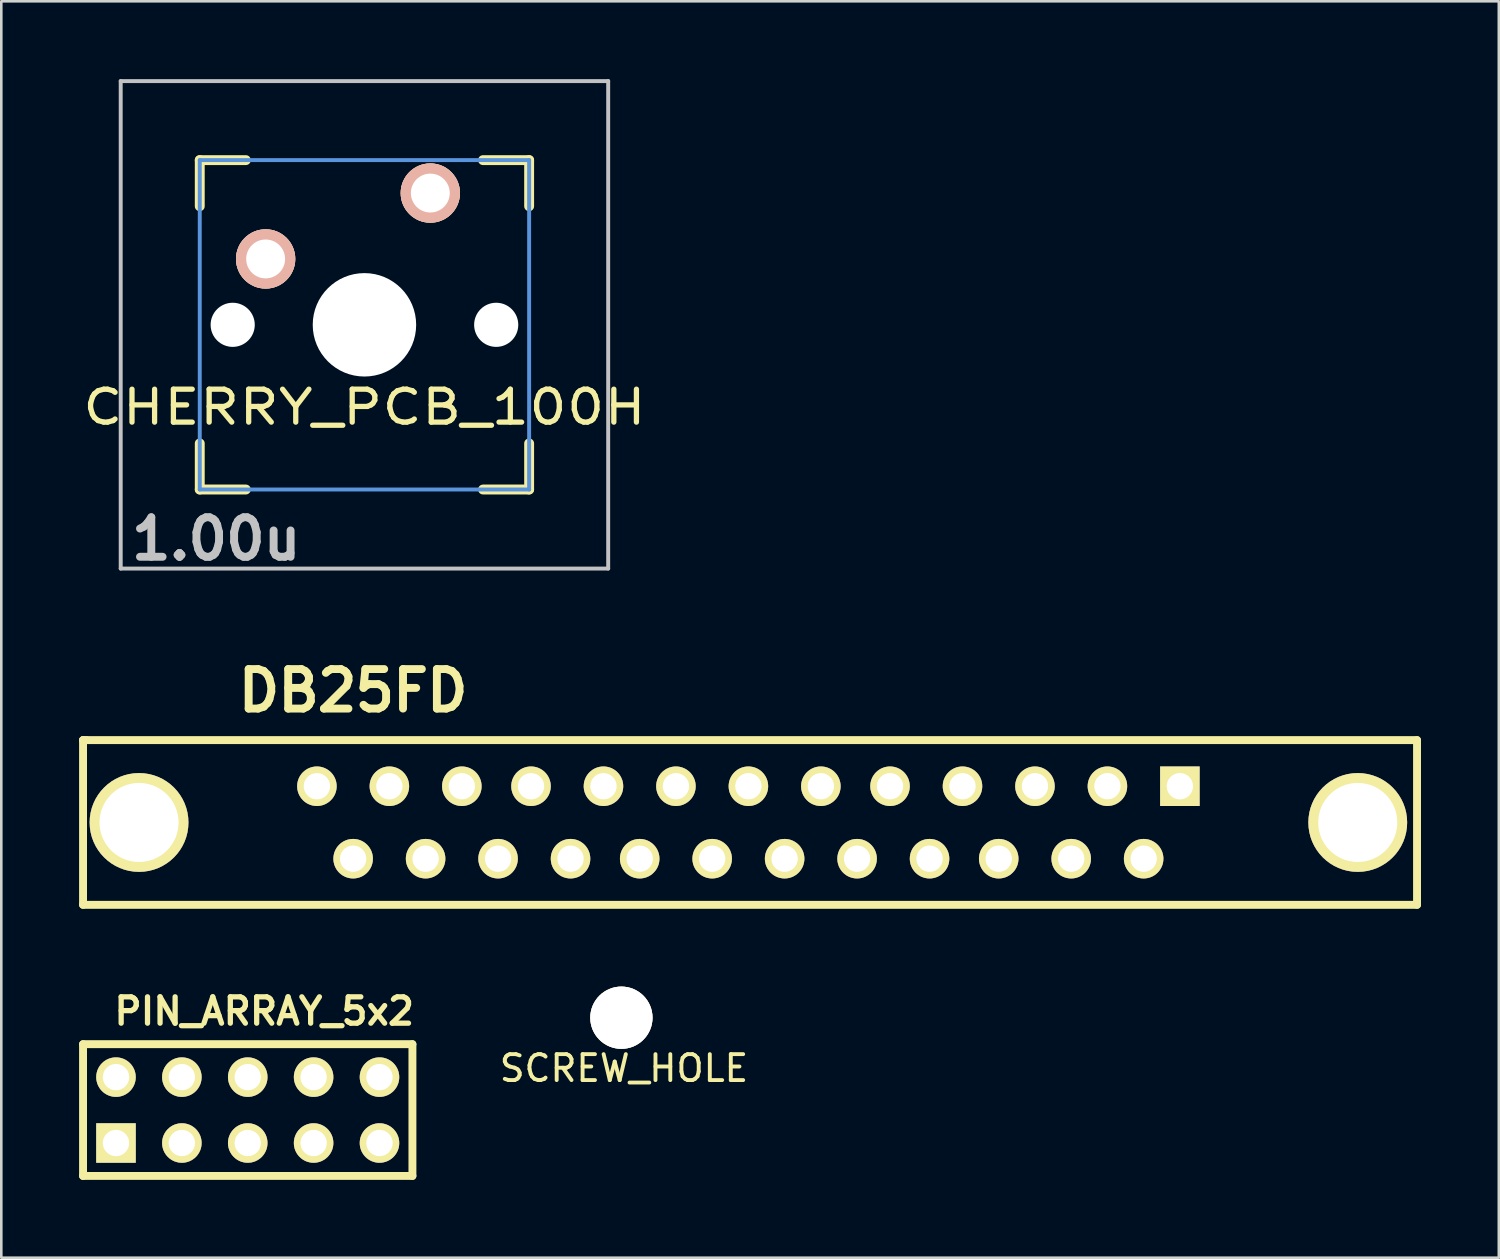
<source format=kicad_pcb>
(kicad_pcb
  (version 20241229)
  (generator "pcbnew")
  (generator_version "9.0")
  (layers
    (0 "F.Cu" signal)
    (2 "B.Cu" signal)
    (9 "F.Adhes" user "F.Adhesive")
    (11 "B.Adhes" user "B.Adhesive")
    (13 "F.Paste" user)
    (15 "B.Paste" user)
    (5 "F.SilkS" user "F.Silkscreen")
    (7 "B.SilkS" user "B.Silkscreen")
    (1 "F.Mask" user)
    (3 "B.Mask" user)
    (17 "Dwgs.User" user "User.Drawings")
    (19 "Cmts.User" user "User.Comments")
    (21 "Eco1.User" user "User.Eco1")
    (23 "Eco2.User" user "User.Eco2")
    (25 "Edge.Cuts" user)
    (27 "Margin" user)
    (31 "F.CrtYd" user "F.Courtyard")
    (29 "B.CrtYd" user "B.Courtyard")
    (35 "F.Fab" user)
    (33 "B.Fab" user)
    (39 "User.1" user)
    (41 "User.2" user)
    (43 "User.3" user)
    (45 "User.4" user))
  (footprint "PIN_ARRAY_5x2"
    (layer "F.Cu")
    (at 6.502 39.751)
    (property "Reference" "PIN_ARRAY_5x2" (at 0.635 -3.81 0) (layer "F.SilkS") (effects (font (size 1.016 1.016) (thickness 0.203))))
    (attr through_hole)
    (fp_line (start -6.35 -2.54) (end 6.35 -2.54) (stroke (width 0.305) (type solid)) (layer "F.SilkS"))
    (fp_line (start -6.35 2.54) (end -6.35 -2.54) (stroke (width 0.305) (type solid)) (layer "F.SilkS"))
    (fp_line (start 6.35 -2.54) (end 6.35 2.54) (stroke (width 0.305) (type solid)) (layer "F.SilkS"))
    (fp_line (start 6.35 2.54) (end -6.35 2.54) (stroke (width 0.305) (type solid)) (layer "F.SilkS"))
    (pad "1" thru_hole circle (at -5.08 -1.27) (size 1.524 1.524) (drill 1.016) (layers "*.Cu" "*.Mask" "F.SilkS"))
    (pad "2" thru_hole rect (at -5.08 1.27) (size 1.524 1.524) (drill 1.016) (layers "*.Cu" "*.Mask" "F.SilkS"))
    (pad "3" thru_hole circle (at -2.54 -1.27) (size 1.524 1.524) (drill 1.016) (layers "*.Cu" "*.Mask" "F.SilkS"))
    (pad "4" thru_hole circle (at -2.54 1.27) (size 1.524 1.524) (drill 1.016) (layers "*.Cu" "*.Mask" "F.SilkS"))
    (pad "5" thru_hole circle (at 0 -1.27) (size 1.524 1.524) (drill 1.016) (layers "*.Cu" "*.Mask" "F.SilkS"))
    (pad "6" thru_hole circle (at 0 1.27) (size 1.524 1.524) (drill 1.016) (layers "*.Cu" "*.Mask" "F.SilkS"))
    (pad "7" thru_hole circle (at 2.54 -1.27) (size 1.524 1.524) (drill 1.016) (layers "*.Cu" "*.Mask" "F.SilkS"))
    (pad "8" thru_hole circle (at 2.54 1.27) (size 1.524 1.524) (drill 1.016) (layers "*.Cu" "*.Mask" "F.SilkS"))
    (pad "9" thru_hole circle (at 5.08 -1.27) (size 1.524 1.524) (drill 1.016) (layers "*.Cu" "*.Mask" "F.SilkS"))
    (pad "10" thru_hole circle (at 5.08 1.27) (size 1.524 1.524) (drill 1.016) (layers "*.Cu" "*.Mask" "F.SilkS")))
  (footprint "DB25FD"
    (layer "F.Cu")
    (at 25.806 28.662)
    (property "Reference" "DB25FD" (at -15.24 -5.08 180) (layer "F.SilkS") (effects (font (size 1.524 1.524) (thickness 0.305))))
    (attr through_hole)
    (fp_line (start -25.654 -3.175) (end -25.654 -3.175) (stroke (width 0.305) (type solid)) (layer "F.SilkS"))
    (fp_line (start -25.654 -3.175) (end -25.654 3.175) (stroke (width 0.305) (type solid)) (layer "F.SilkS"))
    (fp_line (start -25.654 3.175) (end 25.781 3.175) (stroke (width 0.305) (type solid)) (layer "F.SilkS"))
    (fp_line (start -25.527 -3.175) (end -25.654 -3.175) (stroke (width 0.305) (type solid)) (layer "F.SilkS"))
    (fp_line (start 25.781 -3.175) (end -25.527 -3.175) (stroke (width 0.305) (type solid)) (layer "F.SilkS"))
    (fp_line (start 25.781 3.175) (end 25.781 -3.175) (stroke (width 0.305) (type solid)) (layer "F.SilkS"))
    (pad "0" thru_hole circle (at -23.495 0) (size 3.81 3.81) (drill 3.048) (layers "*.Cu" "*.Mask" "F.SilkS"))
    (pad "0" thru_hole circle (at 23.495 0) (size 3.81 3.81) (drill 3.048) (layers "*.Cu" "*.Mask" "F.SilkS"))
    (pad "1" thru_hole rect (at 16.637 -1.397) (size 1.524 1.524) (drill 1.016) (layers "*.Cu" "*.Mask" "F.SilkS"))
    (pad "2" thru_hole circle (at 13.843 -1.397) (size 1.524 1.524) (drill 1.016) (layers "*.Cu" "*.Mask" "F.SilkS"))
    (pad "3" thru_hole circle (at 11.049 -1.397) (size 1.524 1.524) (drill 1.016) (layers "*.Cu" "*.Mask" "F.SilkS"))
    (pad "4" thru_hole circle (at 8.255 -1.397) (size 1.524 1.524) (drill 1.016) (layers "*.Cu" "*.Mask" "F.SilkS"))
    (pad "5" thru_hole circle (at 5.461 -1.397) (size 1.524 1.524) (drill 1.016) (layers "*.Cu" "*.Mask" "F.SilkS"))
    (pad "6" thru_hole circle (at 2.794 -1.397) (size 1.524 1.524) (drill 1.016) (layers "*.Cu" "*.Mask" "F.SilkS"))
    (pad "7" thru_hole circle (at 0 -1.397) (size 1.524 1.524) (drill 1.016) (layers "*.Cu" "*.Mask" "F.SilkS"))
    (pad "8" thru_hole circle (at -2.794 -1.397) (size 1.524 1.524) (drill 1.016) (layers "*.Cu" "*.Mask" "F.SilkS"))
    (pad "9" thru_hole circle (at -5.588 -1.397) (size 1.524 1.524) (drill 1.016) (layers "*.Cu" "*.Mask" "F.SilkS"))
    (pad "10" thru_hole circle (at -8.382 -1.397) (size 1.524 1.524) (drill 1.016) (layers "*.Cu" "*.Mask" "F.SilkS"))
    (pad "11" thru_hole circle (at -11.049 -1.397) (size 1.524 1.524) (drill 1.016) (layers "*.Cu" "*.Mask" "F.SilkS"))
    (pad "12" thru_hole circle (at -13.843 -1.397) (size 1.524 1.524) (drill 1.016) (layers "*.Cu" "*.Mask" "F.SilkS"))
    (pad "13" thru_hole circle (at -16.637 -1.397) (size 1.524 1.524) (drill 1.016) (layers "*.Cu" "*.Mask" "F.SilkS"))
    (pad "14" thru_hole circle (at 15.24 1.397) (size 1.524 1.524) (drill 1.016) (layers "*.Cu" "*.Mask" "F.SilkS"))
    (pad "15" thru_hole circle (at 12.446 1.397) (size 1.524 1.524) (drill 1.016) (layers "*.Cu" "*.Mask" "F.SilkS"))
    (pad "16" thru_hole circle (at 9.652 1.397) (size 1.524 1.524) (drill 1.016) (layers "*.Cu" "*.Mask" "F.SilkS"))
    (pad "17" thru_hole circle (at 6.985 1.397) (size 1.524 1.524) (drill 1.016) (layers "*.Cu" "*.Mask" "F.SilkS"))
    (pad "18" thru_hole circle (at 4.191 1.397) (size 1.524 1.524) (drill 1.016) (layers "*.Cu" "*.Mask" "F.SilkS"))
    (pad "19" thru_hole circle (at 1.397 1.397) (size 1.524 1.524) (drill 1.016) (layers "*.Cu" "*.Mask" "F.SilkS"))
    (pad "20" thru_hole circle (at -1.397 1.397) (size 1.524 1.524) (drill 1.016) (layers "*.Cu" "*.Mask" "F.SilkS"))
    (pad "21" thru_hole circle (at -4.191 1.397) (size 1.524 1.524) (drill 1.016) (layers "*.Cu" "*.Mask" "F.SilkS"))
    (pad "22" thru_hole circle (at -6.858 1.397) (size 1.524 1.524) (drill 1.016) (layers "*.Cu" "*.Mask" "F.SilkS"))
    (pad "23" thru_hole circle (at -9.652 1.397) (size 1.524 1.524) (drill 1.016) (layers "*.Cu" "*.Mask" "F.SilkS"))
    (pad "24" thru_hole circle (at -12.446 1.397) (size 1.524 1.524) (drill 1.016) (layers "*.Cu" "*.Mask" "F.SilkS"))
    (pad "25" thru_hole circle (at -15.24 1.397) (size 1.524 1.524) (drill 1.016) (layers "*.Cu" "*.Mask" "F.SilkS")))
  (footprint "SCREW_HOLE"
    (layer "F.Cu")
    (at 20.909 36.19)
    (property "Reference" "SCREW_HOLE" (at 0.1 1.95 0) (layer "F.SilkS") (effects (font (size 1 1) (thickness 0.15))))
    (attr through_hole)
    (pad "HOLE" thru_hole circle (at 0 0) (size 2.4 2.4) (drill 2.4) (layers "*.Cu" "*.Mask" "F.SilkS")))
  (footprint "CHERRY_PCB_100H"
    (layer "F.Cu")
    (at 11.002 9.474)
    (property "Reference" "CHERRY_PCB_100H" (at 0 3.175 0) (layer "F.SilkS") (effects (font (size 1.27 1.524) (thickness 0.203))))
    (attr through_hole)
    (fp_line (start -6.35 -6.35) (end -4.572 -6.35) (stroke (width 0.381) (type solid)) (layer "F.SilkS"))
    (fp_line (start -6.35 -4.572) (end -6.35 -6.35) (stroke (width 0.381) (type solid)) (layer "F.SilkS"))
    (fp_line (start -6.35 6.35) (end -6.35 4.572) (stroke (width 0.381) (type solid)) (layer "F.SilkS"))
    (fp_line (start -4.572 6.35) (end -6.35 6.35) (stroke (width 0.381) (type solid)) (layer "F.SilkS"))
    (fp_line (start 4.572 -6.35) (end 6.35 -6.35) (stroke (width 0.381) (type solid)) (layer "F.SilkS"))
    (fp_line (start 6.35 -6.35) (end 6.35 -4.572) (stroke (width 0.381) (type solid)) (layer "F.SilkS"))
    (fp_line (start 6.35 4.572) (end 6.35 6.35) (stroke (width 0.381) (type solid)) (layer "F.SilkS"))
    (fp_line (start 6.35 6.35) (end 4.572 6.35) (stroke (width 0.381) (type solid)) (layer "F.SilkS"))
    (fp_line (start -9.398 -9.398) (end 9.398 -9.398) (stroke (width 0.152) (type solid)) (layer "Dwgs.User"))
    (fp_line (start -9.398 9.398) (end -9.398 -9.398) (stroke (width 0.152) (type solid)) (layer "Dwgs.User"))
    (fp_line (start 9.398 -9.398) (end 9.398 9.398) (stroke (width 0.152) (type solid)) (layer "Dwgs.User"))
    (fp_line (start 9.398 9.398) (end -9.398 9.398) (stroke (width 0.152) (type solid)) (layer "Dwgs.User"))
    (fp_line (start -6.35 -6.35) (end 6.35 -6.35) (stroke (width 0.152) (type solid)) (layer "Cmts.User"))
    (fp_line (start -6.35 6.35) (end -6.35 -6.35) (stroke (width 0.152) (type solid)) (layer "Cmts.User"))
    (fp_line (start 6.35 -6.35) (end 6.35 6.35) (stroke (width 0.152) (type solid)) (layer "Cmts.User"))
    (fp_line (start 6.35 6.35) (end -6.35 6.35) (stroke (width 0.152) (type solid)) (layer "Cmts.User"))
    (fp_line (start -6.985 -6.985) (end 6.985 -6.985) (stroke (width 0.152) (type solid)) (layer "Eco2.User"))
    (fp_line (start -6.985 6.985) (end -6.985 -6.985) (stroke (width 0.152) (type solid)) (layer "Eco2.User"))
    (fp_line (start 6.985 -6.985) (end 6.985 6.985) (stroke (width 0.152) (type solid)) (layer "Eco2.User"))
    (fp_line (start 6.985 6.985) (end -6.985 6.985) (stroke (width 0.152) (type solid)) (layer "Eco2.User"))
    (fp_text user "1.00u" (at -5.715 8.255 0) (layer "Dwgs.User") (effects (font (size 1.524 1.524) (thickness 0.305))))
    (pad "" np_thru_hole circle (at -5.08 0) (size 1.702 1.702) (drill 1.702) (layers "*.Cu"))
    (pad "" np_thru_hole circle (at 0 0) (size 3.988 3.988) (drill 3.988) (layers "*.Cu"))
    (pad "" np_thru_hole circle (at 5.08 0) (size 1.702 1.702) (drill 1.702) (layers "*.Cu"))
    (pad "1" thru_hole circle (at 2.54 -5.08) (size 2.286 2.286) (drill 1.499) (layers "*.Cu" "*.SilkS" "*.Mask"))
    (pad "2" thru_hole circle (at -3.81 -2.54) (size 2.286 2.286) (drill 1.499) (layers "*.Cu" "*.SilkS" "*.Mask")))
  (gr_rect
    (start -3 -3)
    (end 54.74 45.443)
    (stroke (width 0.1) (type default))
    (fill no)
    (layer "Edge.Cuts")))
</source>
